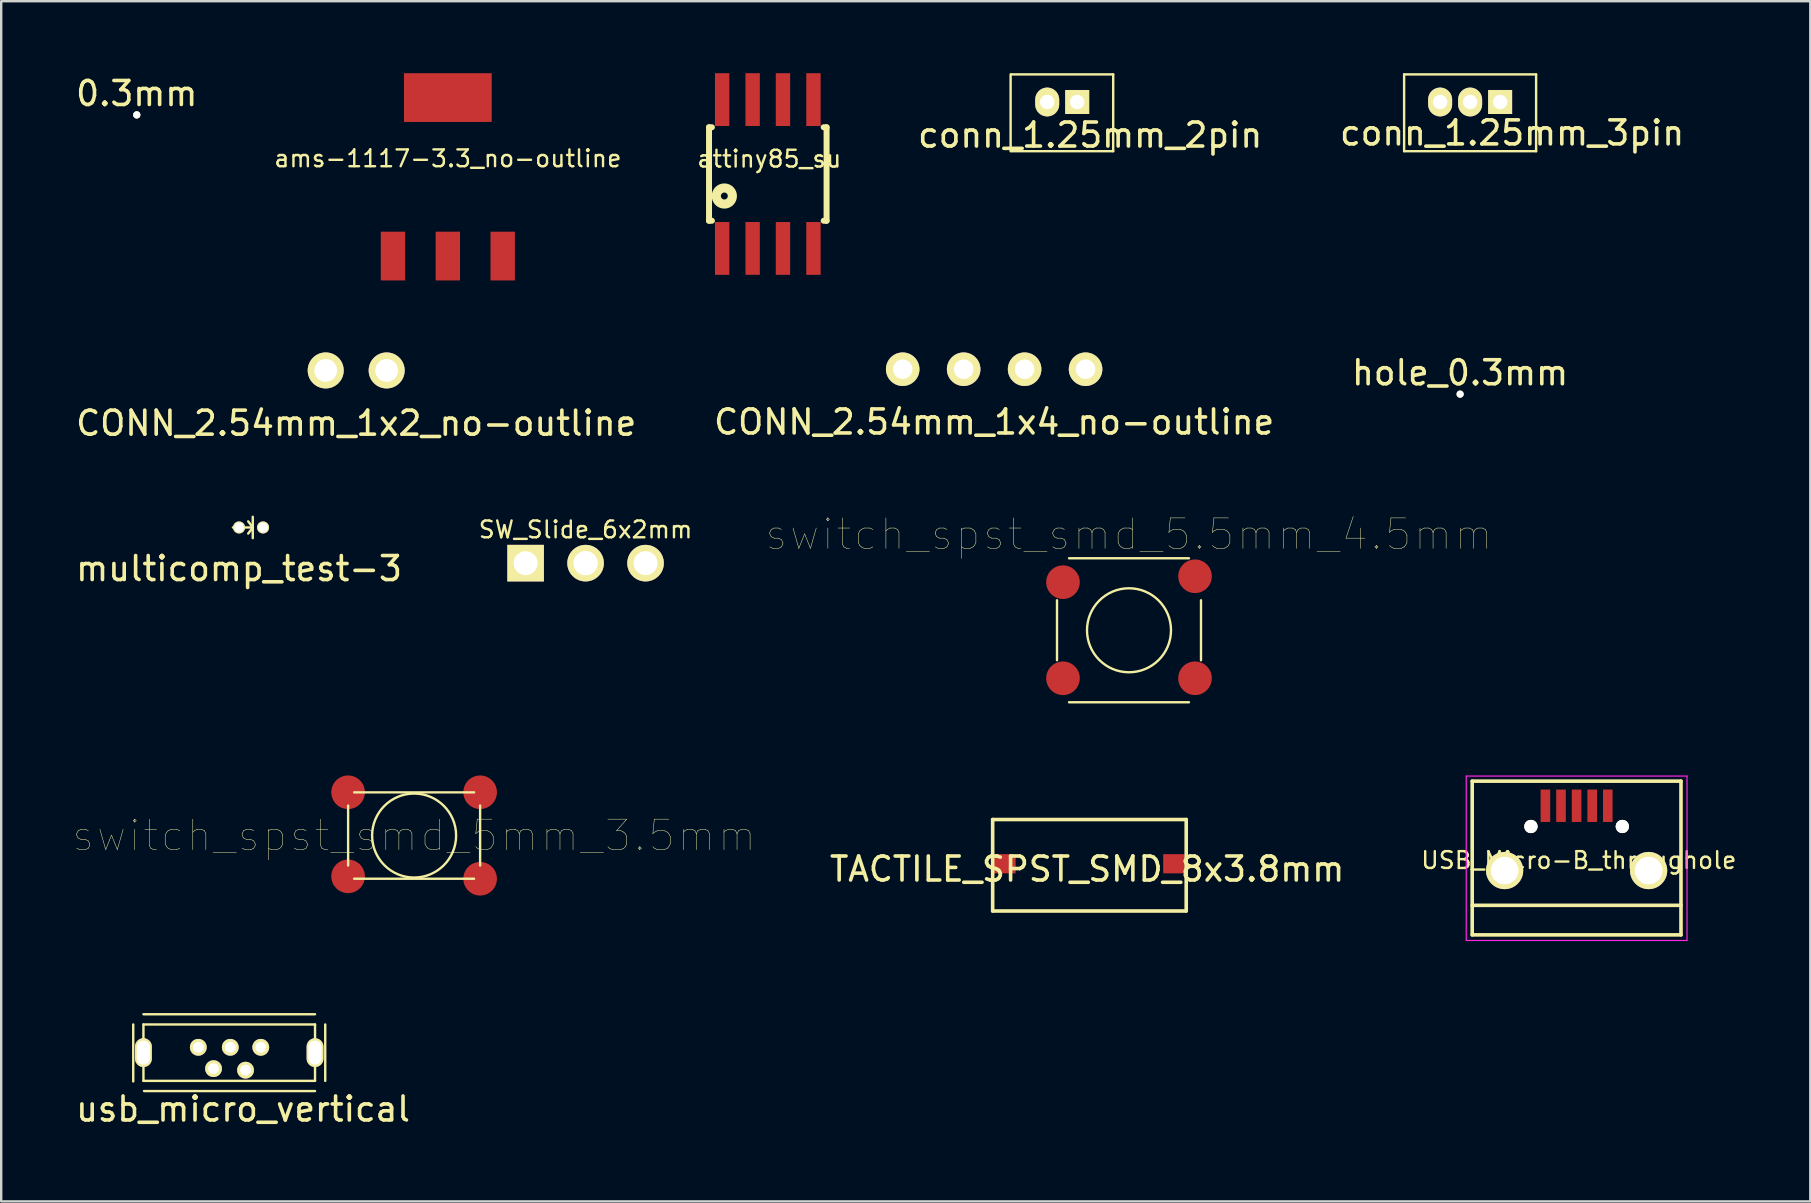
<source format=kicad_pcb>
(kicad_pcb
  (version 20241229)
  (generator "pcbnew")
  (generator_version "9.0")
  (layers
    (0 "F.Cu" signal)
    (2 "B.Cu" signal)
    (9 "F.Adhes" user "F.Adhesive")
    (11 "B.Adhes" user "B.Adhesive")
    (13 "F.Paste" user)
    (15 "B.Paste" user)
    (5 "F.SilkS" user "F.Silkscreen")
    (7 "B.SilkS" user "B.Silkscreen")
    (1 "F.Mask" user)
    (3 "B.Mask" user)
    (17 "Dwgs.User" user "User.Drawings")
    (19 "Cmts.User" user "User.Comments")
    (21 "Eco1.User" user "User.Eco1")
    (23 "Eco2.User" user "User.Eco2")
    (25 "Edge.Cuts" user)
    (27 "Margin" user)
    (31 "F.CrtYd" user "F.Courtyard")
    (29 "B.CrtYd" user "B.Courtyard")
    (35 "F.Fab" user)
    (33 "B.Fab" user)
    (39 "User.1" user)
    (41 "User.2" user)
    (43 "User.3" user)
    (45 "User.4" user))
  (footprint "conn_1.25mm_3pin"
    (layer "F.Cu")
    (at 56.959 1.2)
    (property "Reference" "conn_1.25mm_3pin" (at 3 1.29 0) (layer "F.SilkS") (effects (font (size 1 1) (thickness 0.15))))
    (attr through_hole)
    (fp_line (start -1.5 -1.15) (end -1.5 2.05) (stroke (width 0.1) (type solid)) (layer "F.SilkS"))
    (fp_line (start -1.5 -1.15) (end 4 -1.15) (stroke (width 0.1) (type solid)) (layer "F.SilkS"))
    (fp_line (start -1.5 2.05) (end 4 2.05) (stroke (width 0.1) (type solid)) (layer "F.SilkS"))
    (fp_line (start 4 -1.15) (end 4 2.05) (stroke (width 0.1) (type solid)) (layer "F.SilkS"))
    (pad "1" thru_hole rect (at 2.5 0) (size 1 1) (drill 0.6) (layers "*.Cu" "*.Mask" "F.SilkS"))
    (pad "2" thru_hole oval (at 1.25 0) (size 1 1.2) (drill 0.6) (layers "*.Cu" "*.Mask" "F.SilkS"))
    (pad "3" thru_hole oval (at 0 0) (size 1 1.2) (drill 0.6) (layers "*.Cu" "*.Mask" "F.SilkS")))
  (footprint "switch_spst_smd_5mm_3.5mm"
    (layer "F.Cu")
    (at 14.206 31.767)
    (property "Reference" "switch_spst_smd_5mm_3.5mm" (at 0 0 0) (layer "F.SilkS") (effects (font (size 1.27 1.27) (thickness 0.02))))
    (attr through_hole)
    (fp_line (start -2.75 1.25) (end -2.75 -1.25) (stroke (width 0.099) (type solid)) (layer "F.SilkS"))
    (fp_line (start -2.499 -1.8) (end 2.499 -1.8) (stroke (width 0.099) (type solid)) (layer "F.SilkS"))
    (fp_line (start 2.499 1.8) (end -2.499 1.8) (stroke (width 0.099) (type solid)) (layer "F.SilkS"))
    (fp_line (start 2.75 -1.25) (end 2.75 1.25) (stroke (width 0.099) (type solid)) (layer "F.SilkS"))
    (fp_circle (center 0 0) (end 1.75 0) (stroke (width 0.099) (type solid)) (fill no) (layer "F.SilkS"))
    (pad "1" smd circle (at -2.751 -1.804) (size 1.4 1.4) (layers "F.Cu" "F.Mask" "F.Paste"))
    (pad "1" smd circle (at 2.751 -1.804) (size 1.4 1.4) (layers "F.Cu" "F.Mask" "F.Paste"))
    (pad "2" smd circle (at -2.751 1.7) (size 1.4 1.4) (layers "F.Cu" "F.Mask" "F.Paste"))
    (pad "2" smd circle (at 2.751 1.8) (size 1.4 1.4) (layers "F.Cu" "F.Mask" "F.Paste")))
  (footprint "multicomp_test-3"
    (layer "F.Cu")
    (at 6.911 18.929)
    (property "Reference" "multicomp_test-3" (at 0 1.714 0) (layer "F.SilkS") (effects (font (size 1 1) (thickness 0.15))))
    (attr through_hole)
    (fp_line (start 0.508 0) (end -0.254 0) (stroke (width 0.1) (type solid)) (layer "F.SilkS"))
    (fp_line (start 0.572 -0.445) (end 0.572 0.445) (stroke (width 0.1) (type solid)) (layer "F.SilkS"))
    (fp_line (start 0.572 0) (end 0.381 -0.254) (stroke (width 0.1) (type solid)) (layer "F.SilkS"))
    (fp_line (start 0.572 0) (end 0.381 0.254) (stroke (width 0.1) (type solid)) (layer "F.SilkS"))
    (pad "1" thru_hole circle (at 0 0) (size 0.5 0.5) (drill 0.4) (layers "*.Cu" "*.Mask" "F.SilkS"))
    (pad "1" thru_hole circle (at 1 0) (size 0.5 0.5) (drill 0.4) (layers "*.Cu" "*.Mask" "F.SilkS")))
  (footprint "TACTILE_SPST_SMD_8x3.8mm"
    (layer "F.Cu")
    (at 42.251 29.513)
    (property "Reference" "TACTILE_SPST_SMD_8x3.8mm" (at 0 3.65 0) (layer "F.SilkS") (effects (font (size 1 1) (thickness 0.15))))
    (attr through_hole)
    (fp_line (start -3.937 1.587) (end 4.128 1.587) (stroke (width 0.15) (type solid)) (layer "F.SilkS"))
    (fp_line (start -3.937 5.397) (end -3.937 1.587) (stroke (width 0.15) (type solid)) (layer "F.SilkS"))
    (fp_line (start 4.128 1.587) (end 4.128 5.397) (stroke (width 0.15) (type solid)) (layer "F.SilkS"))
    (fp_line (start 4.128 5.397) (end -3.937 5.397) (stroke (width 0.15) (type solid)) (layer "F.SilkS"))
    (pad "1" smd rect (at -3.429 3.429) (size 0.9 0.8) (layers "F.Cu" "F.Mask" "F.Paste"))
    (pad "2" smd rect (at 3.619 3.429) (size 0.9 0.8) (layers "F.Cu" "F.Mask" "F.Paste")))
  (footprint "USB_Micro-B_throughole"
    (layer "F.Cu")
    (at 62.647 32.088)
    (property "Reference" "USB_Micro-B_throughole" (at 0.09 0.71 0) (layer "F.SilkS") (effects (font (size 0.7 0.7) (thickness 0.1))))
    (attr smd)
    (fp_line (start -4.351 -2.588) (end 4.349 -2.588) (stroke (width 0.15) (type solid)) (layer "F.SilkS"))
    (fp_line (start -4.351 3.817) (end -4.351 -2.588) (stroke (width 0.15) (type solid)) (layer "F.SilkS"))
    (fp_line (start -4.351 3.817) (end 4.349 3.817) (stroke (width 0.15) (type solid)) (layer "F.SilkS"))
    (fp_line (start 4.349 -2.588) (end 4.349 3.817) (stroke (width 0.15) (type solid)) (layer "F.SilkS"))
    (fp_line (start 4.349 2.587) (end -4.351 2.587) (stroke (width 0.15) (type solid)) (layer "F.SilkS"))
    (fp_line (start -4.6 -2.8) (end 4.6 -2.8) (stroke (width 0.05) (type solid)) (layer "F.CrtYd"))
    (fp_line (start -4.6 4.05) (end -4.6 -2.8) (stroke (width 0.05) (type solid)) (layer "F.CrtYd"))
    (fp_line (start 4.6 -2.8) (end 4.6 4.05) (stroke (width 0.05) (type solid)) (layer "F.CrtYd"))
    (fp_line (start 4.6 4.05) (end -4.6 4.05) (stroke (width 0.05) (type solid)) (layer "F.CrtYd"))
    (pad "1" smd rect (at -1.301 -1.563 90) (size 1.35 0.4) (layers "F.Cu" "F.Mask" "F.Paste"))
    (pad "2" smd rect (at -0.651 -1.563 90) (size 1.35 0.4) (layers "F.Cu" "F.Mask" "F.Paste"))
    (pad "3" smd rect (at -0.001 -1.563 90) (size 1.35 0.4) (layers "F.Cu" "F.Mask" "F.Paste"))
    (pad "4" smd rect (at 0.649 -1.563 90) (size 1.35 0.4) (layers "F.Cu" "F.Mask" "F.Paste"))
    (pad "5" smd rect (at 1.299 -1.563 90) (size 1.35 0.4) (layers "F.Cu" "F.Mask" "F.Paste"))
    (pad "6" thru_hole circle (at -3.001 1.137 90) (size 1.55 1.55) (drill 1.15) (layers "*.Cu" "*.Mask" "F.SilkS"))
    (pad "6" thru_hole circle (at -1.905 -0.699 90) (size 0.55 0.55) (drill 0.55) (layers "*.Cu" "*.Mask" "F.SilkS"))
    (pad "6" thru_hole circle (at 1.905 -0.699 90) (size 0.55 0.55) (drill 0.55) (layers "*.Cu" "*.Mask" "F.SilkS"))
    (pad "6" thru_hole circle (at 3 1.137 90) (size 1.55 1.55) (drill 1.15) (layers "*.Cu" "*.Mask" "F.SilkS")))
  (footprint "CONN_2.54mm_1x4_no-outline"
    (layer "F.Cu")
    (at 38.375 12.335)
    (property "Reference" "CONN_2.54mm_1x4_no-outline" (at 0 2.2 0) (layer "F.SilkS") (effects (font (size 1 1) (thickness 0.15))))
    (attr through_hole)
    (pad "1" thru_hole oval (at 3.81 0) (size 1.397 1.397) (drill 0.813) (layers "*.Cu" "*.Mask" "F.SilkS"))
    (pad "2" thru_hole circle (at 1.27 0) (size 1.397 1.397) (drill 0.813) (layers "*.Cu" "*.Mask" "F.SilkS"))
    (pad "3" thru_hole circle (at -1.27 0) (size 1.397 1.397) (drill 0.813) (layers "*.Cu" "*.Mask" "F.SilkS"))
    (pad "4" thru_hole circle (at -3.81 0) (size 1.397 1.397) (drill 0.813) (layers "*.Cu" "*.Mask" "F.SilkS")))
  (footprint "attiny85_su"
    (layer "F.Cu")
    (at 28.944 4.201)
    (property "Reference" "attiny85_su" (at 0.06 -0.63 0) (layer "F.SilkS") (effects (font (size 0.7 0.7) (thickness 0.1))))
    (attr through_hole)
    (fp_line (start -2.449 -1.948) (end -2.449 1.948) (stroke (width 0.249) (type solid)) (layer "F.SilkS"))
    (fp_line (start -2.449 -1.948) (end -2.329 -1.948) (stroke (width 0.249) (type solid)) (layer "F.SilkS"))
    (fp_line (start -2.449 1.948) (end -2.329 1.948) (stroke (width 0.249) (type solid)) (layer "F.SilkS"))
    (fp_line (start 2.329 -1.948) (end 2.449 -1.948) (stroke (width 0.249) (type solid)) (layer "F.SilkS"))
    (fp_line (start 2.329 1.948) (end 2.449 1.948) (stroke (width 0.249) (type solid)) (layer "F.SilkS"))
    (fp_line (start 2.449 -1.948) (end 2.449 1.948) (stroke (width 0.249) (type solid)) (layer "F.SilkS"))
    (fp_circle (center -1.811 0.917) (end -1.737 1.041) (stroke (width 0.381) (type solid)) (fill no) (layer "F.SilkS"))
    (pad "1" smd rect (at -1.902 3.101 180) (size 0.599 2.2) (layers "F.Cu" "F.Mask" "F.Paste"))
    (pad "2" smd rect (at -0.632 3.101 180) (size 0.599 2.2) (layers "F.Cu" "F.Mask" "F.Paste"))
    (pad "3" smd rect (at 0.632 3.101 180) (size 0.599 2.2) (layers "F.Cu" "F.Mask" "F.Paste"))
    (pad "4" smd rect (at 1.902 3.101 180) (size 0.599 2.2) (layers "F.Cu" "F.Mask" "F.Paste"))
    (pad "5" smd rect (at 1.902 -3.101) (size 0.599 2.2) (layers "F.Cu" "F.Mask" "F.Paste"))
    (pad "6" smd rect (at 0.632 -3.101) (size 0.599 2.2) (layers "F.Cu" "F.Mask" "F.Paste"))
    (pad "7" smd rect (at -0.632 -3.101) (size 0.599 2.2) (layers "F.Cu" "F.Mask" "F.Paste"))
    (pad "8" smd rect (at -1.902 -3.101) (size 0.599 2.2) (layers "F.Cu" "F.Mask" "F.Paste")))
  (footprint "conn_1.25mm_2pin"
    (layer "F.Cu")
    (at 40.586 1.2)
    (property "Reference" "conn_1.25mm_2pin" (at 1.79 1.38 0) (layer "F.SilkS") (effects (font (size 1 1) (thickness 0.15))))
    (attr through_hole)
    (fp_line (start -1.524 -1.15) (end -1.524 2.05) (stroke (width 0.1) (type solid)) (layer "F.SilkS"))
    (fp_line (start -1.5 -1.15) (end 2.75 -1.15) (stroke (width 0.1) (type solid)) (layer "F.SilkS"))
    (fp_line (start -1.5 2.05) (end 2.75 2.05) (stroke (width 0.1) (type solid)) (layer "F.SilkS"))
    (fp_line (start 2.75 -1.15) (end 2.75 2.05) (stroke (width 0.1) (type solid)) (layer "F.SilkS"))
    (pad "1" thru_hole rect (at 1.25 0) (size 1 1) (drill 0.6) (layers "*.Cu" "*.Mask" "F.SilkS"))
    (pad "2" thru_hole oval (at 0 0) (size 1 1.2) (drill 0.6) (layers "*.Cu" "*.Mask" "F.SilkS")))
  (footprint "ams-1117-3.3_no-outline"
    (layer "F.Cu")
    (at 15.611 4.318)
    (property "Reference" "ams-1117-3.3_no-outline" (at 0 -0.762 0) (layer "F.SilkS") (effects (font (size 0.7 0.7) (thickness 0.1))))
    (attr smd)
    (pad "1" smd rect (at -2.286 3.302) (size 1.016 2.032) (layers "F.Cu" "F.Mask" "F.Paste"))
    (pad "2" smd rect (at 0 3.302) (size 1.016 2.032) (layers "F.Cu" "F.Mask" "F.Paste"))
    (pad "3" smd rect (at 2.286 3.302) (size 1.016 2.032) (layers "F.Cu" "F.Mask" "F.Paste"))
    (pad "4" smd rect (at 0 -3.302) (size 3.658 2.032) (layers "F.Cu" "F.Mask" "F.Paste")))
  (footprint "SW_Slide_6x2mm"
    (layer "F.Cu")
    (at 21.351 20.416)
    (property "Reference" "SW_Slide_6x2mm" (at 0 -1.397 180) (layer "F.SilkS") (effects (font (size 0.7 0.7) (thickness 0.1))))
    (attr through_hole)
    (pad "1" thru_hole rect (at -2.499 0) (size 1.524 1.524) (drill 0.998) (layers "*.Cu" "*.Mask" "F.SilkS"))
    (pad "2" thru_hole circle (at 0 0) (size 1.524 1.524) (drill 1.016) (layers "*.Cu" "*.Mask" "F.SilkS"))
    (pad "3" thru_hole circle (at 2.499 0) (size 1.524 1.524) (drill 0.998) (layers "*.Cu" "*.Mask" "F.SilkS")))
  (footprint "usb_micro_vertical"
    (layer "F.Cu")
    (at 2.927 41.988)
    (property "Reference" "usb_micro_vertical" (at 4.15 1.175 0) (layer "F.SilkS") (effects (font (size 1 1) (thickness 0.15))))
    (attr through_hole)
    (fp_line (start -0.425 0.025) (end -0.425 -2.35) (stroke (width 0.1) (type solid)) (layer "F.SilkS"))
    (fp_line (start 0 -2.35) (end 0 0) (stroke (width 0.1) (type solid)) (layer "F.SilkS"))
    (fp_line (start 0 0) (end 7.15 0) (stroke (width 0.1) (type solid)) (layer "F.SilkS"))
    (fp_line (start 0.025 0.425) (end 7.15 0.425) (stroke (width 0.1) (type solid)) (layer "F.SilkS"))
    (fp_line (start 7.15 -2.775) (end 0 -2.775) (stroke (width 0.1) (type solid)) (layer "F.SilkS"))
    (fp_line (start 7.15 -2.35) (end 0 -2.35) (stroke (width 0.1) (type solid)) (layer "F.SilkS"))
    (fp_line (start 7.15 0) (end 7.15 -2.35) (stroke (width 0.1) (type solid)) (layer "F.SilkS"))
    (fp_line (start 7.575 0) (end 7.575 -2.35) (stroke (width 0.1) (type solid)) (layer "F.SilkS"))
    (pad "1" thru_hole circle (at 2.286 -1.397) (size 0.7 0.7) (drill 0.45) (layers "*.Cu" "*.Mask" "F.SilkS"))
    (pad "2" thru_hole circle (at 2.921 -0.508) (size 0.7 0.7) (drill 0.45) (layers "*.Cu" "*.Mask" "F.SilkS"))
    (pad "3" thru_hole circle (at 3.619 -1.397) (size 0.7 0.7) (drill 0.45) (layers "*.Cu" "*.Mask" "F.SilkS"))
    (pad "4" thru_hole circle (at 4.255 -0.445) (size 0.7 0.7) (drill 0.45) (layers "*.Cu" "*.Mask" "F.SilkS"))
    (pad "5" thru_hole circle (at 4.889 -1.397) (size 0.7 0.7) (drill 0.45) (layers "*.Cu" "*.Mask" "F.SilkS"))
    (pad "6" thru_hole oval (at 0 -1.175) (size 0.7 1.2) (drill oval 0.55 1) (layers "*.Cu" "*.Mask" "F.SilkS"))
    (pad "6" thru_hole oval (at 7.15 -1.175) (size 0.7 1.2) (drill oval 0.55 1) (layers "*.Cu" "*.Mask" "F.SilkS")))
  (footprint "hole_0.3mm"
    (layer "F.Cu")
    (at 57.792 13.373)
    (property "Reference" "hole_0.3mm" (at 0 -0.889 0) (layer "F.SilkS") (effects (font (size 1 1) (thickness 0.15))))
    (attr through_hole)
    (pad "" np_thru_hole circle (at 0 0) (size 0.3 0.3) (drill 0.3) (layers "*.Cu" "*.Mask" "F.SilkS")))
  (footprint "CONN_2.54mm_1x2_no-outline"
    (layer "F.Cu")
    (at 11.792 12.386)
    (property "Reference" "CONN_2.54mm_1x2_no-outline" (at 0 2.2 0) (layer "F.SilkS") (effects (font (size 1 1) (thickness 0.15))))
    (attr through_hole)
    (pad "1" thru_hole circle (at -1.27 0) (size 1.5 1.5) (drill 0.95) (layers "*.Cu" "*.Mask" "F.SilkS"))
    (pad "2" thru_hole circle (at 1.27 0) (size 1.5 1.5) (drill 0.95) (layers "*.Cu" "*.Mask" "F.SilkS")))
  (footprint "0.3mm"
    (layer "F.Cu")
    (at 2.649 1.737)
    (property "Reference" "0.3mm" (at 0 -0.889 0) (layer "F.SilkS") (effects (font (size 1 1) (thickness 0.15))))
    (attr through_hole)
    (pad "" thru_hole circle (at 0 0) (size 0.3 0.3) (drill 0.3) (layers "*.Cu" "*.Mask" "F.SilkS")))
  (footprint "switch_spst_smd_5.5mm_4.5mm"
    (layer "F.Cu")
    (at 43.995 23.213)
    (property "Reference" "switch_spst_smd_5.5mm_4.5mm" (at 0 -4 0) (layer "F.SilkS") (effects (font (size 1.27 1.27) (thickness 0.02))))
    (attr through_hole)
    (fp_line (start -3 1.25) (end -3 -1.25) (stroke (width 0.099) (type solid)) (layer "F.SilkS"))
    (fp_line (start -2.499 -3) (end 2.499 -3) (stroke (width 0.099) (type solid)) (layer "F.SilkS"))
    (fp_line (start 2.499 3) (end -2.499 3) (stroke (width 0.099) (type solid)) (layer "F.SilkS"))
    (fp_line (start 3 -1.25) (end 3 1.25) (stroke (width 0.099) (type solid)) (layer "F.SilkS"))
    (fp_circle (center 0 0) (end 1.75 0) (stroke (width 0.099) (type solid)) (fill no) (layer "F.SilkS"))
    (pad "1" smd circle (at -2.751 -2.004) (size 1.4 1.4) (layers "F.Cu" "F.Mask" "F.Paste"))
    (pad "1" smd circle (at 2.751 -2.25) (size 1.4 1.4) (layers "F.Cu" "F.Mask" "F.Paste"))
    (pad "2" smd circle (at -2.751 2) (size 1.4 1.4) (layers "F.Cu" "F.Mask" "F.Paste"))
    (pad "2" smd circle (at 2.751 2) (size 1.4 1.4) (layers "F.Cu" "F.Mask" "F.Paste")))
  (gr_rect
    (start -3 -3)
    (end 72.384 47.011)
    (stroke (width 0.1) (type default))
    (fill no)
    (layer "Edge.Cuts")))
</source>
